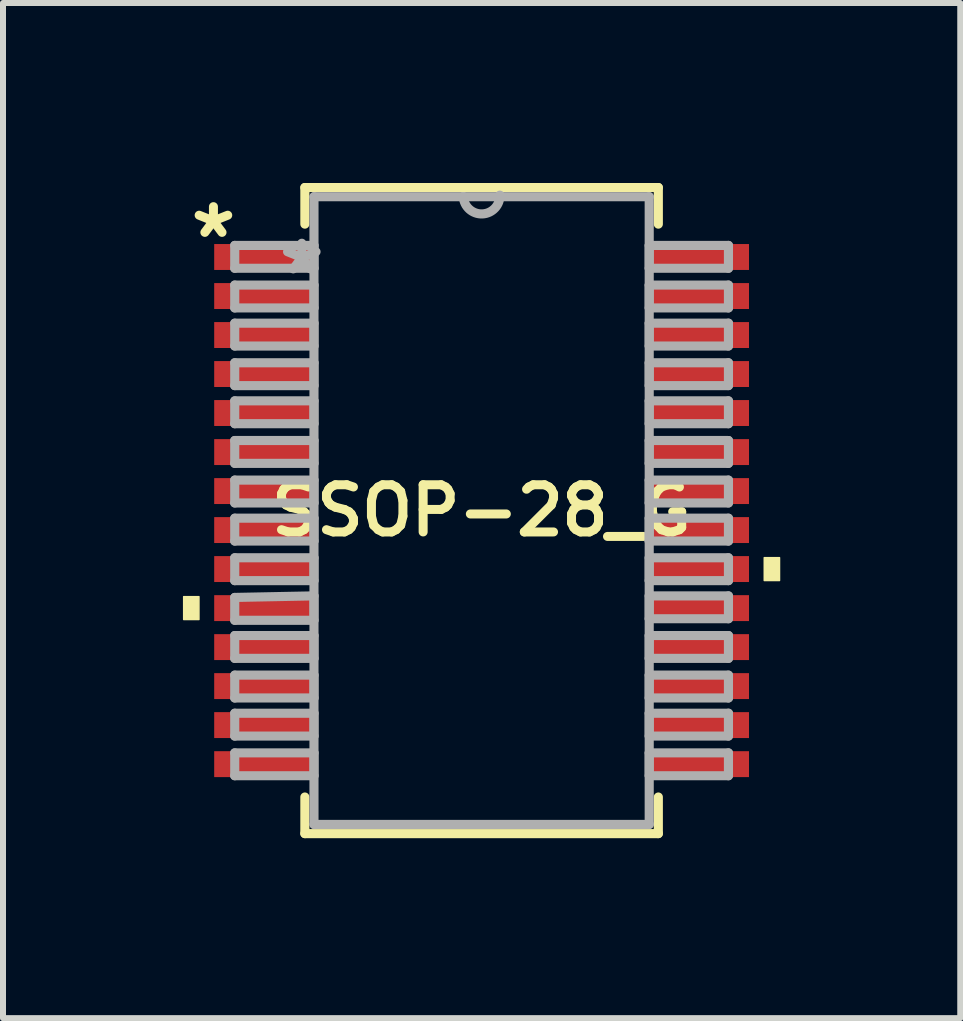
<source format=kicad_pcb>
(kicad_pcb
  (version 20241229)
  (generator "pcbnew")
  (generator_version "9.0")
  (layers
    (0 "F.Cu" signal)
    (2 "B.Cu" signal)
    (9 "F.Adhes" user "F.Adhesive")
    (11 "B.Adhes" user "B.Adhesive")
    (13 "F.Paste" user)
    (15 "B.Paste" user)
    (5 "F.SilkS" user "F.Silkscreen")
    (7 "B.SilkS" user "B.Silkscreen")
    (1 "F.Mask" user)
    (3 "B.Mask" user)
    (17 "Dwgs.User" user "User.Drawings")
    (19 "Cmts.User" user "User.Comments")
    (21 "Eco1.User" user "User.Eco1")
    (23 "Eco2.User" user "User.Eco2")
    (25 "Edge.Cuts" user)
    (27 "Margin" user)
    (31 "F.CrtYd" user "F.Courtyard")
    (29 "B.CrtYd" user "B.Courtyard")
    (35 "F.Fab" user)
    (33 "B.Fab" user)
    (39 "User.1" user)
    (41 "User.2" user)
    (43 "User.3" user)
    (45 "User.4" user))
  (footprint "SSOP-28_G"
    (layer "F.Cu")
    (at 4.978 5.461)
    (property "Reference" "SSOP-28_G" (at 0 0 0) (layer "F.SilkS") (effects (font (size 0.787 0.787) (thickness 0.15))))
    (attr smd)
    (fp_line (start -2.946 -5.385) (end -2.946 -4.775) (stroke (width 0.152) (type solid)) (layer "F.SilkS"))
    (fp_line (start -2.946 4.775) (end -2.946 5.385) (stroke (width 0.152) (type solid)) (layer "F.SilkS"))
    (fp_line (start -2.946 5.385) (end 2.946 5.385) (stroke (width 0.152) (type solid)) (layer "F.SilkS"))
    (fp_line (start 2.946 -5.385) (end -2.946 -5.385) (stroke (width 0.152) (type solid)) (layer "F.SilkS"))
    (fp_line (start 2.946 -4.775) (end 2.946 -5.385) (stroke (width 0.152) (type solid)) (layer "F.SilkS"))
    (fp_line (start 2.946 5.385) (end 2.946 4.775) (stroke (width 0.152) (type solid)) (layer "F.SilkS"))
    (fp_poly (pts (xy -4.966 1.435) (xy -4.966 1.816) (xy -4.712 1.816) (xy -4.712 1.435)) (stroke (width 0.025) (type solid)) (fill yes) (layer "F.SilkS"))
    (fp_poly (pts (xy 4.966 0.785) (xy 4.966 1.166) (xy 4.712 1.166) (xy 4.712 0.785)) (stroke (width 0.025) (type solid)) (fill yes) (layer "F.SilkS"))
    (fp_line (start -4.115 -4.42) (end -4.115 -4.039) (stroke (width 0.152) (type solid)) (layer "F.Fab"))
    (fp_line (start -4.115 -4.039) (end -2.794 -4.039) (stroke (width 0.152) (type solid)) (layer "F.Fab"))
    (fp_line (start -4.115 -3.759) (end -4.115 -3.378) (stroke (width 0.152) (type solid)) (layer "F.Fab"))
    (fp_line (start -4.115 -3.378) (end -2.794 -3.378) (stroke (width 0.152) (type solid)) (layer "F.Fab"))
    (fp_line (start -4.115 -3.124) (end -4.115 -2.743) (stroke (width 0.152) (type solid)) (layer "F.Fab"))
    (fp_line (start -4.115 -2.743) (end -2.794 -2.743) (stroke (width 0.152) (type solid)) (layer "F.Fab"))
    (fp_line (start -4.115 -2.464) (end -4.115 -2.083) (stroke (width 0.152) (type solid)) (layer "F.Fab"))
    (fp_line (start -4.115 -2.083) (end -2.794 -2.083) (stroke (width 0.152) (type solid)) (layer "F.Fab"))
    (fp_line (start -4.115 -1.829) (end -4.115 -1.448) (stroke (width 0.152) (type solid)) (layer "F.Fab"))
    (fp_line (start -4.115 -1.448) (end -2.794 -1.448) (stroke (width 0.152) (type solid)) (layer "F.Fab"))
    (fp_line (start -4.115 -1.168) (end -4.115 -0.787) (stroke (width 0.152) (type solid)) (layer "F.Fab"))
    (fp_line (start -4.115 -0.787) (end -2.794 -0.787) (stroke (width 0.152) (type solid)) (layer "F.Fab"))
    (fp_line (start -4.115 -0.508) (end -4.115 -0.127) (stroke (width 0.152) (type solid)) (layer "F.Fab"))
    (fp_line (start -4.115 -0.127) (end -2.794 -0.127) (stroke (width 0.152) (type solid)) (layer "F.Fab"))
    (fp_line (start -4.115 0.127) (end -4.115 0.508) (stroke (width 0.152) (type solid)) (layer "F.Fab"))
    (fp_line (start -4.115 0.508) (end -2.794 0.508) (stroke (width 0.152) (type solid)) (layer "F.Fab"))
    (fp_line (start -4.115 0.787) (end -4.115 1.168) (stroke (width 0.152) (type solid)) (layer "F.Fab"))
    (fp_line (start -4.115 1.168) (end -2.794 1.168) (stroke (width 0.152) (type solid)) (layer "F.Fab"))
    (fp_line (start -4.115 1.448) (end -4.115 1.829) (stroke (width 0.152) (type solid)) (layer "F.Fab"))
    (fp_line (start -4.115 1.829) (end -2.794 1.829) (stroke (width 0.152) (type solid)) (layer "F.Fab"))
    (fp_line (start -4.115 2.083) (end -4.115 2.464) (stroke (width 0.152) (type solid)) (layer "F.Fab"))
    (fp_line (start -4.115 2.464) (end -2.794 2.464) (stroke (width 0.152) (type solid)) (layer "F.Fab"))
    (fp_line (start -4.115 2.743) (end -4.115 3.124) (stroke (width 0.152) (type solid)) (layer "F.Fab"))
    (fp_line (start -4.115 3.124) (end -2.794 3.124) (stroke (width 0.152) (type solid)) (layer "F.Fab"))
    (fp_line (start -4.115 3.378) (end -4.115 3.759) (stroke (width 0.152) (type solid)) (layer "F.Fab"))
    (fp_line (start -4.115 3.759) (end -2.794 3.759) (stroke (width 0.152) (type solid)) (layer "F.Fab"))
    (fp_line (start -4.115 4.039) (end -4.115 4.42) (stroke (width 0.152) (type solid)) (layer "F.Fab"))
    (fp_line (start -4.115 4.42) (end -2.794 4.42) (stroke (width 0.152) (type solid)) (layer "F.Fab"))
    (fp_line (start -2.794 -5.232) (end -2.794 5.232) (stroke (width 0.152) (type solid)) (layer "F.Fab"))
    (fp_line (start -2.794 -4.42) (end -4.115 -4.42) (stroke (width 0.152) (type solid)) (layer "F.Fab"))
    (fp_line (start -2.794 -4.039) (end -2.794 -4.42) (stroke (width 0.152) (type solid)) (layer "F.Fab"))
    (fp_line (start -2.794 -3.759) (end -4.115 -3.759) (stroke (width 0.152) (type solid)) (layer "F.Fab"))
    (fp_line (start -2.794 -3.378) (end -2.794 -3.759) (stroke (width 0.152) (type solid)) (layer "F.Fab"))
    (fp_line (start -2.794 -3.124) (end -4.115 -3.124) (stroke (width 0.152) (type solid)) (layer "F.Fab"))
    (fp_line (start -2.794 -2.743) (end -2.794 -3.124) (stroke (width 0.152) (type solid)) (layer "F.Fab"))
    (fp_line (start -2.794 -2.464) (end -4.115 -2.464) (stroke (width 0.152) (type solid)) (layer "F.Fab"))
    (fp_line (start -2.794 -2.083) (end -2.794 -2.464) (stroke (width 0.152) (type solid)) (layer "F.Fab"))
    (fp_line (start -2.794 -1.829) (end -4.115 -1.829) (stroke (width 0.152) (type solid)) (layer "F.Fab"))
    (fp_line (start -2.794 -1.448) (end -2.794 -1.829) (stroke (width 0.152) (type solid)) (layer "F.Fab"))
    (fp_line (start -2.794 -1.168) (end -4.115 -1.168) (stroke (width 0.152) (type solid)) (layer "F.Fab"))
    (fp_line (start -2.794 -0.787) (end -2.794 -1.168) (stroke (width 0.152) (type solid)) (layer "F.Fab"))
    (fp_line (start -2.794 -0.508) (end -4.115 -0.508) (stroke (width 0.152) (type solid)) (layer "F.Fab"))
    (fp_line (start -2.794 -0.127) (end -2.794 -0.508) (stroke (width 0.152) (type solid)) (layer "F.Fab"))
    (fp_line (start -2.794 0.127) (end -4.115 0.127) (stroke (width 0.152) (type solid)) (layer "F.Fab"))
    (fp_line (start -2.794 0.508) (end -2.794 0.127) (stroke (width 0.152) (type solid)) (layer "F.Fab"))
    (fp_line (start -2.794 0.787) (end -4.115 0.787) (stroke (width 0.152) (type solid)) (layer "F.Fab"))
    (fp_line (start -2.794 1.168) (end -2.794 0.787) (stroke (width 0.152) (type solid)) (layer "F.Fab"))
    (fp_line (start -2.794 1.422) (end -4.115 1.448) (stroke (width 0.152) (type solid)) (layer "F.Fab"))
    (fp_line (start -2.794 1.829) (end -2.794 1.422) (stroke (width 0.152) (type solid)) (layer "F.Fab"))
    (fp_line (start -2.794 2.083) (end -4.115 2.083) (stroke (width 0.152) (type solid)) (layer "F.Fab"))
    (fp_line (start -2.794 2.464) (end -2.794 2.083) (stroke (width 0.152) (type solid)) (layer "F.Fab"))
    (fp_line (start -2.794 2.743) (end -4.115 2.743) (stroke (width 0.152) (type solid)) (layer "F.Fab"))
    (fp_line (start -2.794 3.124) (end -2.794 2.743) (stroke (width 0.152) (type solid)) (layer "F.Fab"))
    (fp_line (start -2.794 3.378) (end -4.115 3.378) (stroke (width 0.152) (type solid)) (layer "F.Fab"))
    (fp_line (start -2.794 3.759) (end -2.794 3.378) (stroke (width 0.152) (type solid)) (layer "F.Fab"))
    (fp_line (start -2.794 4.039) (end -4.115 4.039) (stroke (width 0.152) (type solid)) (layer "F.Fab"))
    (fp_line (start -2.794 4.42) (end -2.794 4.039) (stroke (width 0.152) (type solid)) (layer "F.Fab"))
    (fp_line (start -2.794 5.232) (end 2.794 5.232) (stroke (width 0.152) (type solid)) (layer "F.Fab"))
    (fp_line (start -0.305 -5.232) (end -2.794 -5.232) (stroke (width 0.152) (type solid)) (layer "F.Fab"))
    (fp_line (start 2.794 -5.232) (end -0.305 -5.232) (stroke (width 0.152) (type solid)) (layer "F.Fab"))
    (fp_line (start 2.794 -4.42) (end 2.794 -4.039) (stroke (width 0.152) (type solid)) (layer "F.Fab"))
    (fp_line (start 2.794 -4.039) (end 4.115 -4.039) (stroke (width 0.152) (type solid)) (layer "F.Fab"))
    (fp_line (start 2.794 -3.759) (end 2.794 -3.378) (stroke (width 0.152) (type solid)) (layer "F.Fab"))
    (fp_line (start 2.794 -3.378) (end 4.115 -3.378) (stroke (width 0.152) (type solid)) (layer "F.Fab"))
    (fp_line (start 2.794 -3.124) (end 2.794 -2.743) (stroke (width 0.152) (type solid)) (layer "F.Fab"))
    (fp_line (start 2.794 -2.743) (end 4.115 -2.743) (stroke (width 0.152) (type solid)) (layer "F.Fab"))
    (fp_line (start 2.794 -2.464) (end 2.794 -2.083) (stroke (width 0.152) (type solid)) (layer "F.Fab"))
    (fp_line (start 2.794 -2.083) (end 4.115 -2.083) (stroke (width 0.152) (type solid)) (layer "F.Fab"))
    (fp_line (start 2.794 -1.829) (end 2.794 -1.448) (stroke (width 0.152) (type solid)) (layer "F.Fab"))
    (fp_line (start 2.794 -1.448) (end 4.115 -1.448) (stroke (width 0.152) (type solid)) (layer "F.Fab"))
    (fp_line (start 2.794 -1.168) (end 2.794 -0.787) (stroke (width 0.152) (type solid)) (layer "F.Fab"))
    (fp_line (start 2.794 -0.787) (end 4.115 -0.787) (stroke (width 0.152) (type solid)) (layer "F.Fab"))
    (fp_line (start 2.794 -0.508) (end 2.794 -0.127) (stroke (width 0.152) (type solid)) (layer "F.Fab"))
    (fp_line (start 2.794 -0.127) (end 4.115 -0.127) (stroke (width 0.152) (type solid)) (layer "F.Fab"))
    (fp_line (start 2.794 0.127) (end 2.794 0.508) (stroke (width 0.152) (type solid)) (layer "F.Fab"))
    (fp_line (start 2.794 0.508) (end 4.115 0.508) (stroke (width 0.152) (type solid)) (layer "F.Fab"))
    (fp_line (start 2.794 0.787) (end 2.794 1.168) (stroke (width 0.152) (type solid)) (layer "F.Fab"))
    (fp_line (start 2.794 1.168) (end 4.115 1.168) (stroke (width 0.152) (type solid)) (layer "F.Fab"))
    (fp_line (start 2.794 1.422) (end 2.794 1.803) (stroke (width 0.152) (type solid)) (layer "F.Fab"))
    (fp_line (start 2.794 1.803) (end 4.115 1.803) (stroke (width 0.152) (type solid)) (layer "F.Fab"))
    (fp_line (start 2.794 2.083) (end 2.794 2.464) (stroke (width 0.152) (type solid)) (layer "F.Fab"))
    (fp_line (start 2.794 2.464) (end 4.115 2.464) (stroke (width 0.152) (type solid)) (layer "F.Fab"))
    (fp_line (start 2.794 2.743) (end 2.794 3.124) (stroke (width 0.152) (type solid)) (layer "F.Fab"))
    (fp_line (start 2.794 3.124) (end 4.115 3.124) (stroke (width 0.152) (type solid)) (layer "F.Fab"))
    (fp_line (start 2.794 3.378) (end 2.794 3.759) (stroke (width 0.152) (type solid)) (layer "F.Fab"))
    (fp_line (start 2.794 3.759) (end 4.115 3.759) (stroke (width 0.152) (type solid)) (layer "F.Fab"))
    (fp_line (start 2.794 4.039) (end 2.794 4.42) (stroke (width 0.152) (type solid)) (layer "F.Fab"))
    (fp_line (start 2.794 4.42) (end 4.115 4.42) (stroke (width 0.152) (type solid)) (layer "F.Fab"))
    (fp_line (start 2.794 5.232) (end 2.794 -5.232) (stroke (width 0.152) (type solid)) (layer "F.Fab"))
    (fp_line (start 4.115 -4.42) (end 2.794 -4.42) (stroke (width 0.152) (type solid)) (layer "F.Fab"))
    (fp_line (start 4.115 -4.039) (end 4.115 -4.42) (stroke (width 0.152) (type solid)) (layer "F.Fab"))
    (fp_line (start 4.115 -3.759) (end 2.794 -3.759) (stroke (width 0.152) (type solid)) (layer "F.Fab"))
    (fp_line (start 4.115 -3.378) (end 4.115 -3.759) (stroke (width 0.152) (type solid)) (layer "F.Fab"))
    (fp_line (start 4.115 -3.124) (end 2.794 -3.124) (stroke (width 0.152) (type solid)) (layer "F.Fab"))
    (fp_line (start 4.115 -2.743) (end 4.115 -3.124) (stroke (width 0.152) (type solid)) (layer "F.Fab"))
    (fp_line (start 4.115 -2.464) (end 2.794 -2.464) (stroke (width 0.152) (type solid)) (layer "F.Fab"))
    (fp_line (start 4.115 -2.083) (end 4.115 -2.464) (stroke (width 0.152) (type solid)) (layer "F.Fab"))
    (fp_line (start 4.115 -1.829) (end 2.794 -1.829) (stroke (width 0.152) (type solid)) (layer "F.Fab"))
    (fp_line (start 4.115 -1.448) (end 4.115 -1.829) (stroke (width 0.152) (type solid)) (layer "F.Fab"))
    (fp_line (start 4.115 -1.168) (end 2.794 -1.168) (stroke (width 0.152) (type solid)) (layer "F.Fab"))
    (fp_line (start 4.115 -0.787) (end 4.115 -1.168) (stroke (width 0.152) (type solid)) (layer "F.Fab"))
    (fp_line (start 4.115 -0.508) (end 2.794 -0.508) (stroke (width 0.152) (type solid)) (layer "F.Fab"))
    (fp_line (start 4.115 -0.127) (end 4.115 -0.508) (stroke (width 0.152) (type solid)) (layer "F.Fab"))
    (fp_line (start 4.115 0.127) (end 2.794 0.127) (stroke (width 0.152) (type solid)) (layer "F.Fab"))
    (fp_line (start 4.115 0.508) (end 4.115 0.127) (stroke (width 0.152) (type solid)) (layer "F.Fab"))
    (fp_line (start 4.115 0.787) (end 2.794 0.787) (stroke (width 0.152) (type solid)) (layer "F.Fab"))
    (fp_line (start 4.115 1.168) (end 4.115 0.787) (stroke (width 0.152) (type solid)) (layer "F.Fab"))
    (fp_line (start 4.115 1.422) (end 2.794 1.422) (stroke (width 0.152) (type solid)) (layer "F.Fab"))
    (fp_line (start 4.115 1.803) (end 4.115 1.422) (stroke (width 0.152) (type solid)) (layer "F.Fab"))
    (fp_line (start 4.115 2.083) (end 2.794 2.083) (stroke (width 0.152) (type solid)) (layer "F.Fab"))
    (fp_line (start 4.115 2.464) (end 4.115 2.083) (stroke (width 0.152) (type solid)) (layer "F.Fab"))
    (fp_line (start 4.115 2.743) (end 2.794 2.743) (stroke (width 0.152) (type solid)) (layer "F.Fab"))
    (fp_line (start 4.115 3.124) (end 4.115 2.743) (stroke (width 0.152) (type solid)) (layer "F.Fab"))
    (fp_line (start 4.115 3.378) (end 2.794 3.378) (stroke (width 0.152) (type solid)) (layer "F.Fab"))
    (fp_line (start 4.115 3.759) (end 4.115 3.378) (stroke (width 0.152) (type solid)) (layer "F.Fab"))
    (fp_line (start 4.115 4.039) (end 2.794 4.039) (stroke (width 0.152) (type solid)) (layer "F.Fab"))
    (fp_line (start 4.115 4.42) (end 4.115 4.039) (stroke (width 0.152) (type solid)) (layer "F.Fab"))
    (fp_arc (start 0.3048 -5.2578) (mid 0.0127 -4.9403) (end -0.3048 -5.2324) (stroke (width 0.1524) (type solid)) (layer "F.Fab"))
    (fp_text user "*" (at -4.47 -4.521 0) (layer "F.SilkS") (effects (font (size 1 1) (thickness 0.15))))
    (fp_text user "*" (at -2.997 -3.912 0) (layer "F.Fab") (effects (font (size 1 1) (thickness 0.15))))
    (pad "1" smd rect (at -3.632 -4.227) (size 1.651 0.432) (layers "F.Cu" "F.Mask" "F.Paste"))
    (pad "2" smd rect (at -3.632 -3.576) (size 1.651 0.432) (layers "F.Cu" "F.Mask" "F.Paste"))
    (pad "3" smd rect (at -3.632 -2.926) (size 1.651 0.432) (layers "F.Cu" "F.Mask" "F.Paste"))
    (pad "4" smd rect (at -3.632 -2.276) (size 1.651 0.432) (layers "F.Cu" "F.Mask" "F.Paste"))
    (pad "5" smd rect (at -3.632 -1.626) (size 1.651 0.432) (layers "F.Cu" "F.Mask" "F.Paste"))
    (pad "6" smd rect (at -3.632 -0.975) (size 1.651 0.432) (layers "F.Cu" "F.Mask" "F.Paste"))
    (pad "7" smd rect (at -3.632 -0.325) (size 1.651 0.432) (layers "F.Cu" "F.Mask" "F.Paste"))
    (pad "8" smd rect (at -3.632 0.325) (size 1.651 0.432) (layers "F.Cu" "F.Mask" "F.Paste"))
    (pad "9" smd rect (at -3.632 0.975) (size 1.651 0.432) (layers "F.Cu" "F.Mask" "F.Paste"))
    (pad "10" smd rect (at -3.632 1.626) (size 1.651 0.432) (layers "F.Cu" "F.Mask" "F.Paste"))
    (pad "11" smd rect (at -3.632 2.276) (size 1.651 0.432) (layers "F.Cu" "F.Mask" "F.Paste"))
    (pad "12" smd rect (at -3.632 2.926) (size 1.651 0.432) (layers "F.Cu" "F.Mask" "F.Paste"))
    (pad "13" smd rect (at -3.632 3.576) (size 1.651 0.432) (layers "F.Cu" "F.Mask" "F.Paste"))
    (pad "14" smd rect (at -3.632 4.227) (size 1.651 0.432) (layers "F.Cu" "F.Mask" "F.Paste"))
    (pad "15" smd rect (at 3.632 4.227) (size 1.651 0.432) (layers "F.Cu" "F.Mask" "F.Paste"))
    (pad "16" smd rect (at 3.632 3.576) (size 1.651 0.432) (layers "F.Cu" "F.Mask" "F.Paste"))
    (pad "17" smd rect (at 3.632 2.926) (size 1.651 0.432) (layers "F.Cu" "F.Mask" "F.Paste"))
    (pad "18" smd rect (at 3.632 2.276) (size 1.651 0.432) (layers "F.Cu" "F.Mask" "F.Paste"))
    (pad "19" smd rect (at 3.632 1.626) (size 1.651 0.432) (layers "F.Cu" "F.Mask" "F.Paste"))
    (pad "20" smd rect (at 3.632 0.975) (size 1.651 0.432) (layers "F.Cu" "F.Mask" "F.Paste"))
    (pad "21" smd rect (at 3.632 0.325) (size 1.651 0.432) (layers "F.Cu" "F.Mask" "F.Paste"))
    (pad "22" smd rect (at 3.632 -0.325) (size 1.651 0.432) (layers "F.Cu" "F.Mask" "F.Paste"))
    (pad "23" smd rect (at 3.632 -0.975) (size 1.651 0.432) (layers "F.Cu" "F.Mask" "F.Paste"))
    (pad "24" smd rect (at 3.632 -1.626) (size 1.651 0.432) (layers "F.Cu" "F.Mask" "F.Paste"))
    (pad "25" smd rect (at 3.632 -2.276) (size 1.651 0.432) (layers "F.Cu" "F.Mask" "F.Paste"))
    (pad "26" smd rect (at 3.632 -2.926) (size 1.651 0.432) (layers "F.Cu" "F.Mask" "F.Paste"))
    (pad "27" smd rect (at 3.632 -3.576) (size 1.651 0.432) (layers "F.Cu" "F.Mask" "F.Paste"))
    (pad "28" smd rect (at 3.632 -4.227) (size 1.651 0.432) (layers "F.Cu" "F.Mask" "F.Paste")))
  (gr_rect
    (start -3 -3)
    (end 12.957 13.922)
    (stroke (width 0.1) (type default))
    (fill no)
    (layer "Edge.Cuts")))
</source>
